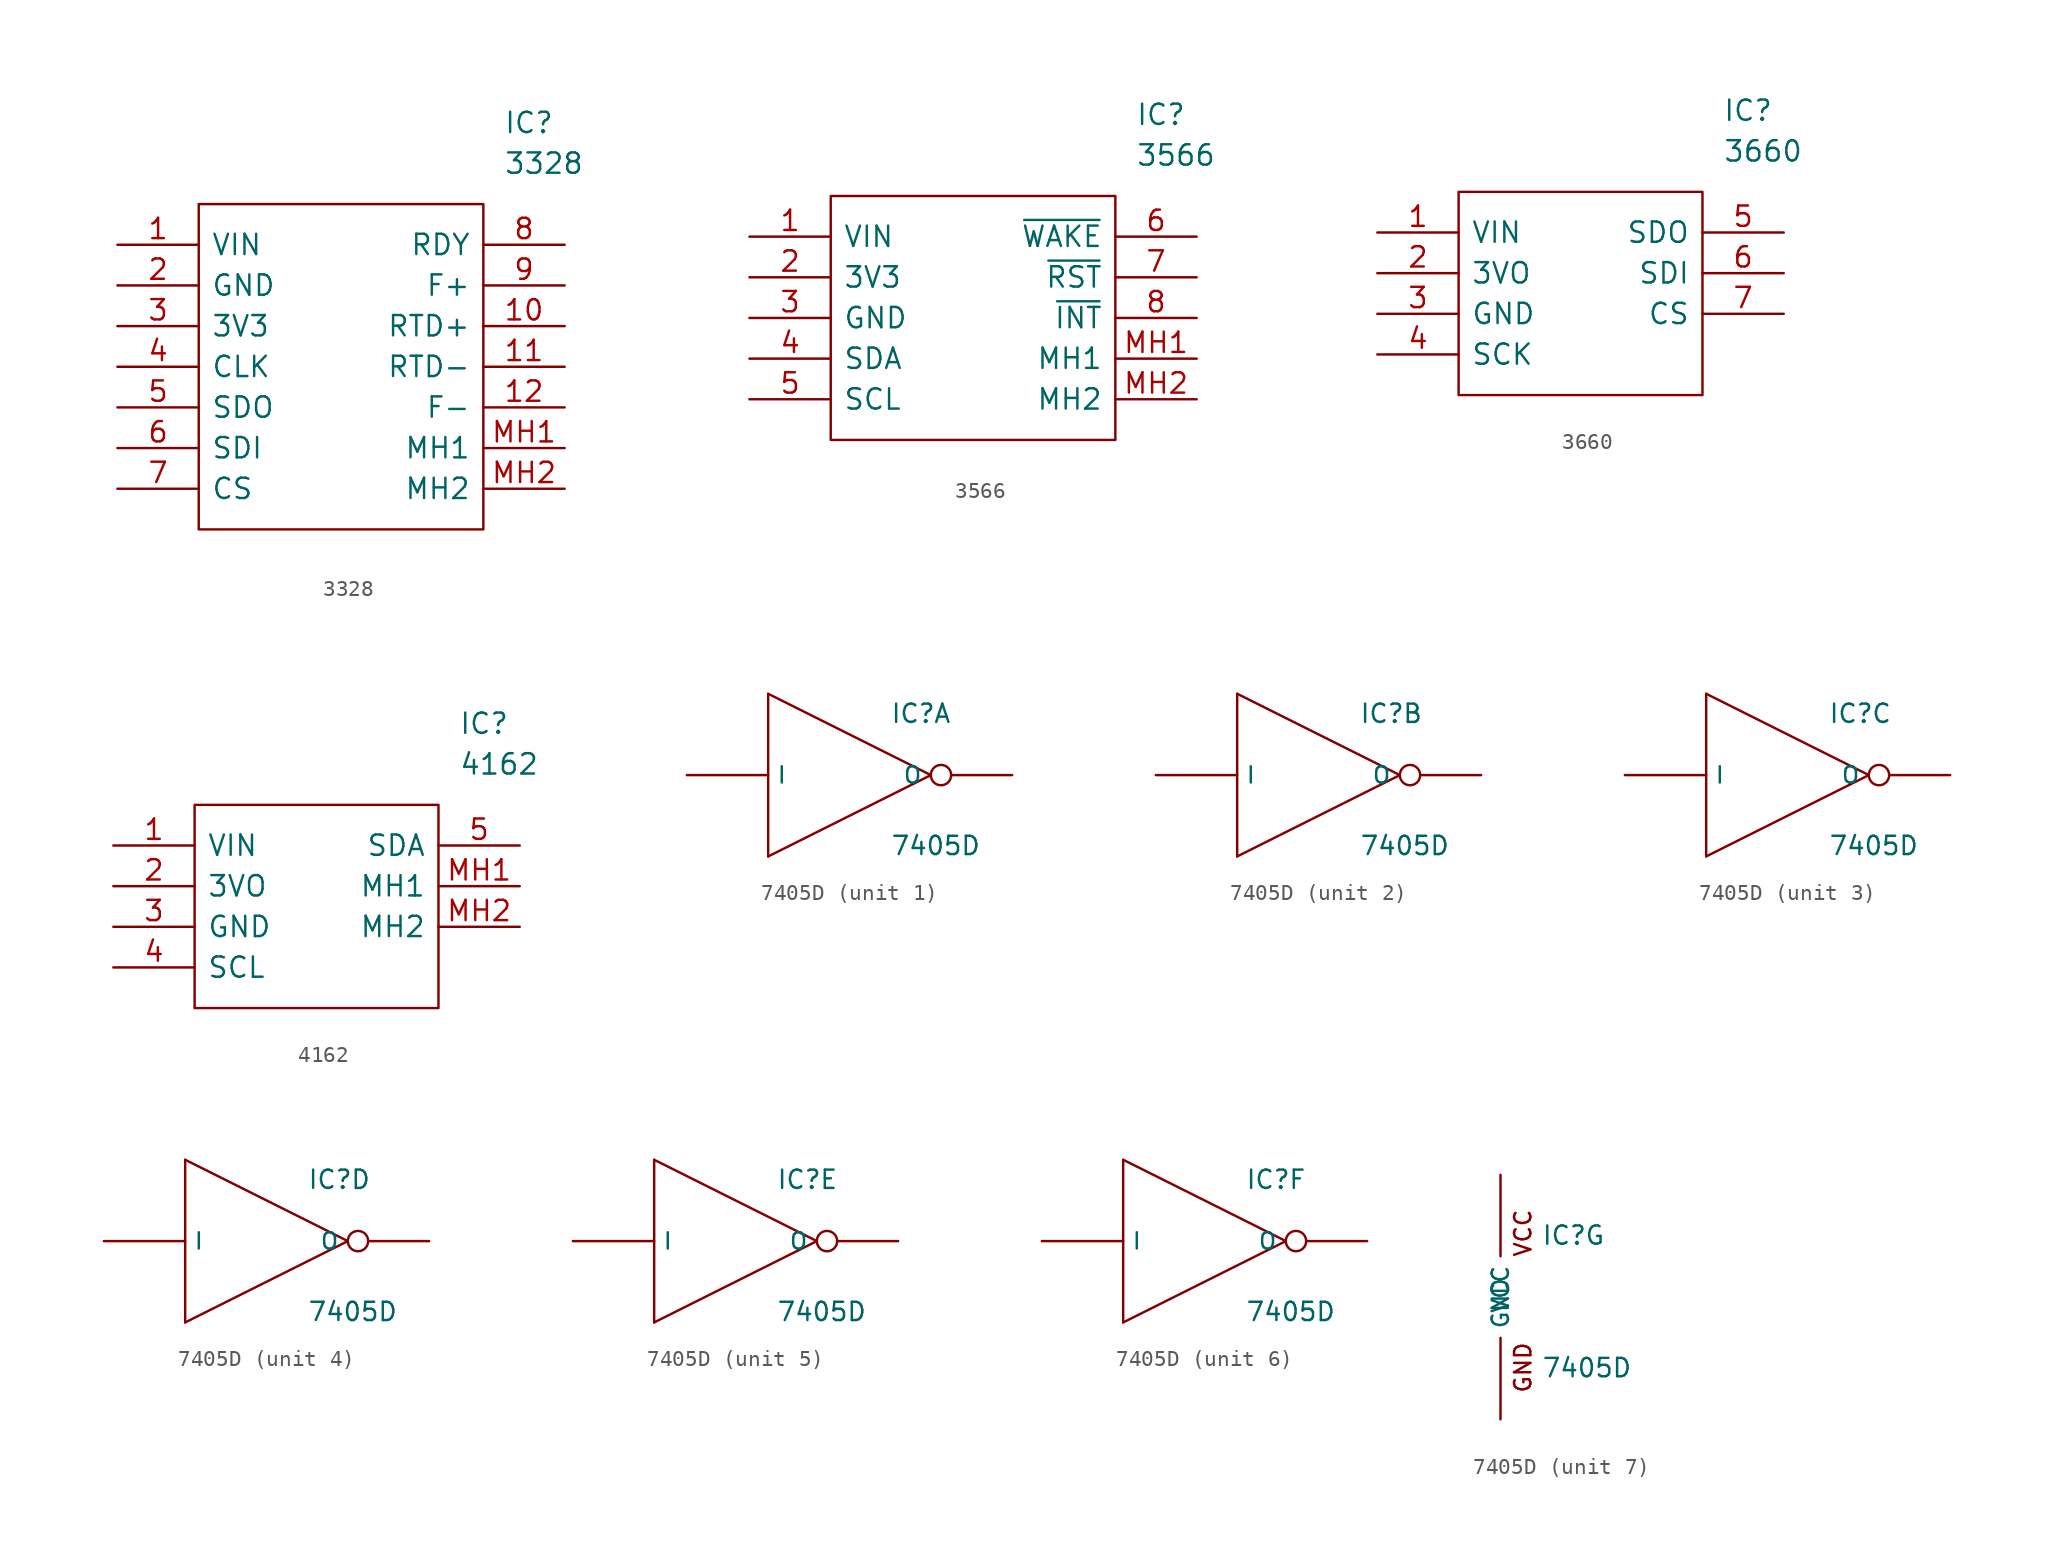
<source format=kicad_sym>
(kicad_symbol_lib
  (version 20220102)
  (generator kicad_symbol_editor)
  (symbol "3328"
    (pin_names
      (offset 0.762))
    (property "Reference" "IC"
      (at 24.13 7.62 0)
      (effects (font (size 1.27 1.27)) (justify left)))
    (property "Value" "3328"
      (at 24.13 5.08 0)
      (effects (font (size 1.27 1.27)) (justify left)))
    (symbol "3328_0_0"
      (pin bidirectional line (at 0 0 0) (length 5.08) (name "VIN" (effects (font (size 1.27 1.27)))) (number "1" (effects (font (size 1.27 1.27)))))
      (pin bidirectional line (at 27.94 -5.08 180) (length 5.08) (name "RTD+" (effects (font (size 1.27 1.27)))) (number "10" (effects (font (size 1.27 1.27)))))
      (pin bidirectional line (at 27.94 -7.62 180) (length 5.08) (name "RTD-" (effects (font (size 1.27 1.27)))) (number "11" (effects (font (size 1.27 1.27)))))
      (pin bidirectional line (at 27.94 -10.16 180) (length 5.08) (name "F-" (effects (font (size 1.27 1.27)))) (number "12" (effects (font (size 1.27 1.27)))))
      (pin bidirectional line (at 0 -2.54 0) (length 5.08) (name "GND" (effects (font (size 1.27 1.27)))) (number "2" (effects (font (size 1.27 1.27)))))
      (pin bidirectional line (at 0 -5.08 0) (length 5.08) (name "3V3" (effects (font (size 1.27 1.27)))) (number "3" (effects (font (size 1.27 1.27)))))
      (pin bidirectional line (at 0 -7.62 0) (length 5.08) (name "CLK" (effects (font (size 1.27 1.27)))) (number "4" (effects (font (size 1.27 1.27)))))
      (pin bidirectional line (at 0 -10.16 0) (length 5.08) (name "SDO" (effects (font (size 1.27 1.27)))) (number "5" (effects (font (size 1.27 1.27)))))
      (pin bidirectional line (at 0 -12.7 0) (length 5.08) (name "SDI" (effects (font (size 1.27 1.27)))) (number "6" (effects (font (size 1.27 1.27)))))
      (pin bidirectional line (at 0 -15.24 0) (length 5.08) (name "CS" (effects (font (size 1.27 1.27)))) (number "7" (effects (font (size 1.27 1.27)))))
      (pin bidirectional line (at 27.94 0 180) (length 5.08) (name "RDY" (effects (font (size 1.27 1.27)))) (number "8" (effects (font (size 1.27 1.27)))))
      (pin bidirectional line (at 27.94 -2.54 180) (length 5.08) (name "F+" (effects (font (size 1.27 1.27)))) (number "9" (effects (font (size 1.27 1.27)))))
      (pin bidirectional line (at 27.94 -12.7 180) (length 5.08) (name "MH1" (effects (font (size 1.27 1.27)))) (number "MH1" (effects (font (size 1.27 1.27)))))
      (pin bidirectional line (at 27.94 -15.24 180) (length 5.08) (name "MH2" (effects (font (size 1.27 1.27)))) (number "MH2" (effects (font (size 1.27 1.27))))))
    (symbol "3328_0_1"
      (polyline (pts (xy 5.08 2.54) (xy 22.86 2.54) (xy 22.86 -17.78) (xy 5.08 -17.78) (xy 5.08 2.54)) (stroke (width 0.152) (type default)) (fill (type none)))))
  (symbol "3566"
    (pin_names
      (offset 0.762))
    (property "Reference" "IC"
      (at 24.13 7.62 0)
      (effects (font (size 1.27 1.27)) (justify left)))
    (property "Value" "3566"
      (at 24.13 5.08 0)
      (effects (font (size 1.27 1.27)) (justify left)))
    (symbol "3566_0_0"
      (pin bidirectional line (at 0 0 0) (length 5.08) (name "VIN" (effects (font (size 1.27 1.27)))) (number "1" (effects (font (size 1.27 1.27)))))
      (pin bidirectional line (at 0 -2.54 0) (length 5.08) (name "3V3" (effects (font (size 1.27 1.27)))) (number "2" (effects (font (size 1.27 1.27)))))
      (pin bidirectional line (at 0 -5.08 0) (length 5.08) (name "GND" (effects (font (size 1.27 1.27)))) (number "3" (effects (font (size 1.27 1.27)))))
      (pin bidirectional line (at 0 -7.62 0) (length 5.08) (name "SDA" (effects (font (size 1.27 1.27)))) (number "4" (effects (font (size 1.27 1.27)))))
      (pin bidirectional line (at 0 -10.16 0) (length 5.08) (name "SCL" (effects (font (size 1.27 1.27)))) (number "5" (effects (font (size 1.27 1.27)))))
      (pin bidirectional line (at 27.94 0 180) (length 5.08) (name "~{WAKE}" (effects (font (size 1.27 1.27)))) (number "6" (effects (font (size 1.27 1.27)))))
      (pin bidirectional line (at 27.94 -2.54 180) (length 5.08) (name "~{RST}" (effects (font (size 1.27 1.27)))) (number "7" (effects (font (size 1.27 1.27)))))
      (pin bidirectional line (at 27.94 -5.08 180) (length 5.08) (name "~{INT}" (effects (font (size 1.27 1.27)))) (number "8" (effects (font (size 1.27 1.27)))))
      (pin bidirectional line (at 27.94 -7.62 180) (length 5.08) (name "MH1" (effects (font (size 1.27 1.27)))) (number "MH1" (effects (font (size 1.27 1.27)))))
      (pin bidirectional line (at 27.94 -10.16 180) (length 5.08) (name "MH2" (effects (font (size 1.27 1.27)))) (number "MH2" (effects (font (size 1.27 1.27))))))
    (symbol "3566_0_1"
      (polyline (pts (xy 5.08 2.54) (xy 22.86 2.54) (xy 22.86 -12.7) (xy 5.08 -12.7) (xy 5.08 2.54)) (stroke (width 0.152) (type default)) (fill (type none)))))
  (symbol "3660"
    (pin_names
      (offset 0.762))
    (property "Reference" "IC"
      (at 21.59 7.62 0)
      (effects (font (size 1.27 1.27)) (justify left)))
    (property "Value" "3660"
      (at 21.59 5.08 0)
      (effects (font (size 1.27 1.27)) (justify left)))
    (symbol "3660_0_0"
      (pin bidirectional line (at 0 0 0) (length 5.08) (name "VIN" (effects (font (size 1.27 1.27)))) (number "1" (effects (font (size 1.27 1.27)))))
      (pin bidirectional line (at 0 -2.54 0) (length 5.08) (name "3VO" (effects (font (size 1.27 1.27)))) (number "2" (effects (font (size 1.27 1.27)))))
      (pin bidirectional line (at 0 -5.08 0) (length 5.08) (name "GND" (effects (font (size 1.27 1.27)))) (number "3" (effects (font (size 1.27 1.27)))))
      (pin bidirectional line (at 0 -7.62 0) (length 5.08) (name "SCK" (effects (font (size 1.27 1.27)))) (number "4" (effects (font (size 1.27 1.27)))))
      (pin bidirectional line (at 25.4 0 180) (length 5.08) (name "SDO" (effects (font (size 1.27 1.27)))) (number "5" (effects (font (size 1.27 1.27)))))
      (pin bidirectional line (at 25.4 -2.54 180) (length 5.08) (name "SDI" (effects (font (size 1.27 1.27)))) (number "6" (effects (font (size 1.27 1.27)))))
      (pin bidirectional line (at 25.4 -5.08 180) (length 5.08) (name "CS" (effects (font (size 1.27 1.27)))) (number "7" (effects (font (size 1.27 1.27))))))
    (symbol "3660_0_1"
      (polyline (pts (xy 5.08 2.54) (xy 20.32 2.54) (xy 20.32 -10.16) (xy 5.08 -10.16) (xy 5.08 2.54)) (stroke (width 0.152) (type default)) (fill (type none)))))
  (symbol "4162"
    (pin_names
      (offset 0.762))
    (property "Reference" "IC"
      (at 21.59 7.62 0)
      (effects (font (size 1.27 1.27)) (justify left)))
    (property "Value" "4162"
      (at 21.59 5.08 0)
      (effects (font (size 1.27 1.27)) (justify left)))
    (symbol "4162_0_0"
      (pin unspecified line (at 0 0 0) (length 5.08) (name "VIN" (effects (font (size 1.27 1.27)))) (number "1" (effects (font (size 1.27 1.27)))))
      (pin unspecified line (at 0 -2.54 0) (length 5.08) (name "3VO" (effects (font (size 1.27 1.27)))) (number "2" (effects (font (size 1.27 1.27)))))
      (pin unspecified line (at 0 -5.08 0) (length 5.08) (name "GND" (effects (font (size 1.27 1.27)))) (number "3" (effects (font (size 1.27 1.27)))))
      (pin unspecified line (at 0 -7.62 0) (length 5.08) (name "SCL" (effects (font (size 1.27 1.27)))) (number "4" (effects (font (size 1.27 1.27)))))
      (pin unspecified line (at 25.4 0 180) (length 5.08) (name "SDA" (effects (font (size 1.27 1.27)))) (number "5" (effects (font (size 1.27 1.27)))))
      (pin unspecified line (at 25.4 -2.54 180) (length 5.08) (name "MH1" (effects (font (size 1.27 1.27)))) (number "MH1" (effects (font (size 1.27 1.27)))))
      (pin unspecified line (at 25.4 -5.08 180) (length 5.08) (name "MH2" (effects (font (size 1.27 1.27)))) (number "MH2" (effects (font (size 1.27 1.27))))))
    (symbol "4162_0_1"
      (polyline (pts (xy 5.08 2.54) (xy 20.32 2.54) (xy 20.32 -10.16) (xy 5.08 -10.16) (xy 5.08 2.54)) (stroke (width 0.152) (type default)) (fill (type none)))))
  (symbol "7405D"
    (pin_numbers hide)
    (property "Reference" "IC"
      (at 2.54 3.175 0)
      (effects (font (size 1.143 1.143)) (justify left bottom)))
    (property "Value" "7405D"
      (at 2.54 -5.08 0)
      (effects (font (size 1.143 1.143)) (justify left bottom)))
    (property "ki_locked" ""
      (at 0 0 0)
      (effects (font (size 1.27 1.27))))
    (symbol "7405D_1_0"
      (polyline (pts (xy -5.08 -5.08) (xy -5.08 5.08)) (stroke (width 0) (type default)) (fill (type none)))
      (polyline (pts (xy -5.08 5.08) (xy 5.08 0)) (stroke (width 0) (type default)) (fill (type none)))
      (polyline (pts (xy 5.08 0) (xy -5.08 -5.08)) (stroke (width 0) (type default)) (fill (type none))))
    (symbol "7405D_1_1"
      (pin input line (at -10.16 0 0) (length 5.08) (name "I" (effects (font (size 1.016 1.016)))) (number "1" (effects (font (size 1.016 1.016)))))
      (pin open_collector inverted (at 10.16 0 180) (length 5.08) (name "O" (effects (font (size 1.016 1.016)))) (number "2" (effects (font (size 1.016 1.016))))))
    (symbol "7405D_2_0"
      (polyline (pts (xy -5.08 -5.08) (xy -5.08 5.08)) (stroke (width 0) (type default)) (fill (type none)))
      (polyline (pts (xy -5.08 5.08) (xy 5.08 0)) (stroke (width 0) (type default)) (fill (type none)))
      (polyline (pts (xy 5.08 0) (xy -5.08 -5.08)) (stroke (width 0) (type default)) (fill (type none))))
    (symbol "7405D_2_1"
      (pin input line (at -10.16 0 0) (length 5.08) (name "I" (effects (font (size 1.016 1.016)))) (number "3" (effects (font (size 1.016 1.016)))))
      (pin open_collector inverted (at 10.16 0 180) (length 5.08) (name "O" (effects (font (size 1.016 1.016)))) (number "4" (effects (font (size 1.016 1.016))))))
    (symbol "7405D_3_0"
      (polyline (pts (xy -5.08 -5.08) (xy -5.08 5.08)) (stroke (width 0) (type default)) (fill (type none)))
      (polyline (pts (xy -5.08 5.08) (xy 5.08 0)) (stroke (width 0) (type default)) (fill (type none)))
      (polyline (pts (xy 5.08 0) (xy -5.08 -5.08)) (stroke (width 0) (type default)) (fill (type none))))
    (symbol "7405D_3_1"
      (pin input line (at -10.16 0 0) (length 5.08) (name "I" (effects (font (size 1.016 1.016)))) (number "5" (effects (font (size 1.016 1.016)))))
      (pin open_collector inverted (at 10.16 0 180) (length 5.08) (name "O" (effects (font (size 1.016 1.016)))) (number "6" (effects (font (size 1.016 1.016))))))
    (symbol "7405D_4_0"
      (polyline (pts (xy -5.08 -5.08) (xy -5.08 5.08)) (stroke (width 0) (type default)) (fill (type none)))
      (polyline (pts (xy -5.08 5.08) (xy 5.08 0)) (stroke (width 0) (type default)) (fill (type none)))
      (polyline (pts (xy 5.08 0) (xy -5.08 -5.08)) (stroke (width 0) (type default)) (fill (type none))))
    (symbol "7405D_4_1"
      (pin open_collector inverted (at 10.16 0 180) (length 5.08) (name "O" (effects (font (size 1.016 1.016)))) (number "8" (effects (font (size 1.016 1.016)))))
      (pin input line (at -10.16 0 0) (length 5.08) (name "I" (effects (font (size 1.016 1.016)))) (number "9" (effects (font (size 1.016 1.016))))))
    (symbol "7405D_5_0"
      (polyline (pts (xy -5.08 -5.08) (xy -5.08 5.08)) (stroke (width 0) (type default)) (fill (type none)))
      (polyline (pts (xy -5.08 5.08) (xy 5.08 0)) (stroke (width 0) (type default)) (fill (type none)))
      (polyline (pts (xy 5.08 0) (xy -5.08 -5.08)) (stroke (width 0) (type default)) (fill (type none))))
    (symbol "7405D_5_1"
      (pin open_collector inverted (at 10.16 0 180) (length 5.08) (name "O" (effects (font (size 1.016 1.016)))) (number "10" (effects (font (size 1.016 1.016)))))
      (pin input line (at -10.16 0 0) (length 5.08) (name "I" (effects (font (size 1.016 1.016)))) (number "11" (effects (font (size 1.016 1.016))))))
    (symbol "7405D_6_0"
      (polyline (pts (xy -5.08 -5.08) (xy -5.08 5.08)) (stroke (width 0) (type default)) (fill (type none)))
      (polyline (pts (xy -5.08 5.08) (xy 5.08 0)) (stroke (width 0) (type default)) (fill (type none)))
      (polyline (pts (xy 5.08 0) (xy -5.08 -5.08)) (stroke (width 0) (type default)) (fill (type none))))
    (symbol "7405D_6_1"
      (pin open_collector inverted (at 10.16 0 180) (length 5.08) (name "O" (effects (font (size 1.016 1.016)))) (number "12" (effects (font (size 1.016 1.016)))))
      (pin input line (at -10.16 0 0) (length 5.08) (name "I" (effects (font (size 1.016 1.016)))) (number "13" (effects (font (size 1.016 1.016))))))
    (symbol "7405D_7_0"
      (text "GND" (at 1.397 -4.394 900) (effects (font (size 1.016 1.016))))
      (text "VCC" (at 1.397 3.988 900) (effects (font (size 1.016 1.016)))))
    (symbol "7405D_7_1"
      (pin power_in line (at 0 7.62 270) (length 5.08) (name "VCC" (effects (font (size 1.016 1.016)))) (number "14" (effects (font (size 1.016 1.016)))))
      (pin power_in line (at 0 -7.62 90) (length 5.08) (name "GND" (effects (font (size 1.016 1.016)))) (number "7" (effects (font (size 1.016 1.016))))))))
</source>
